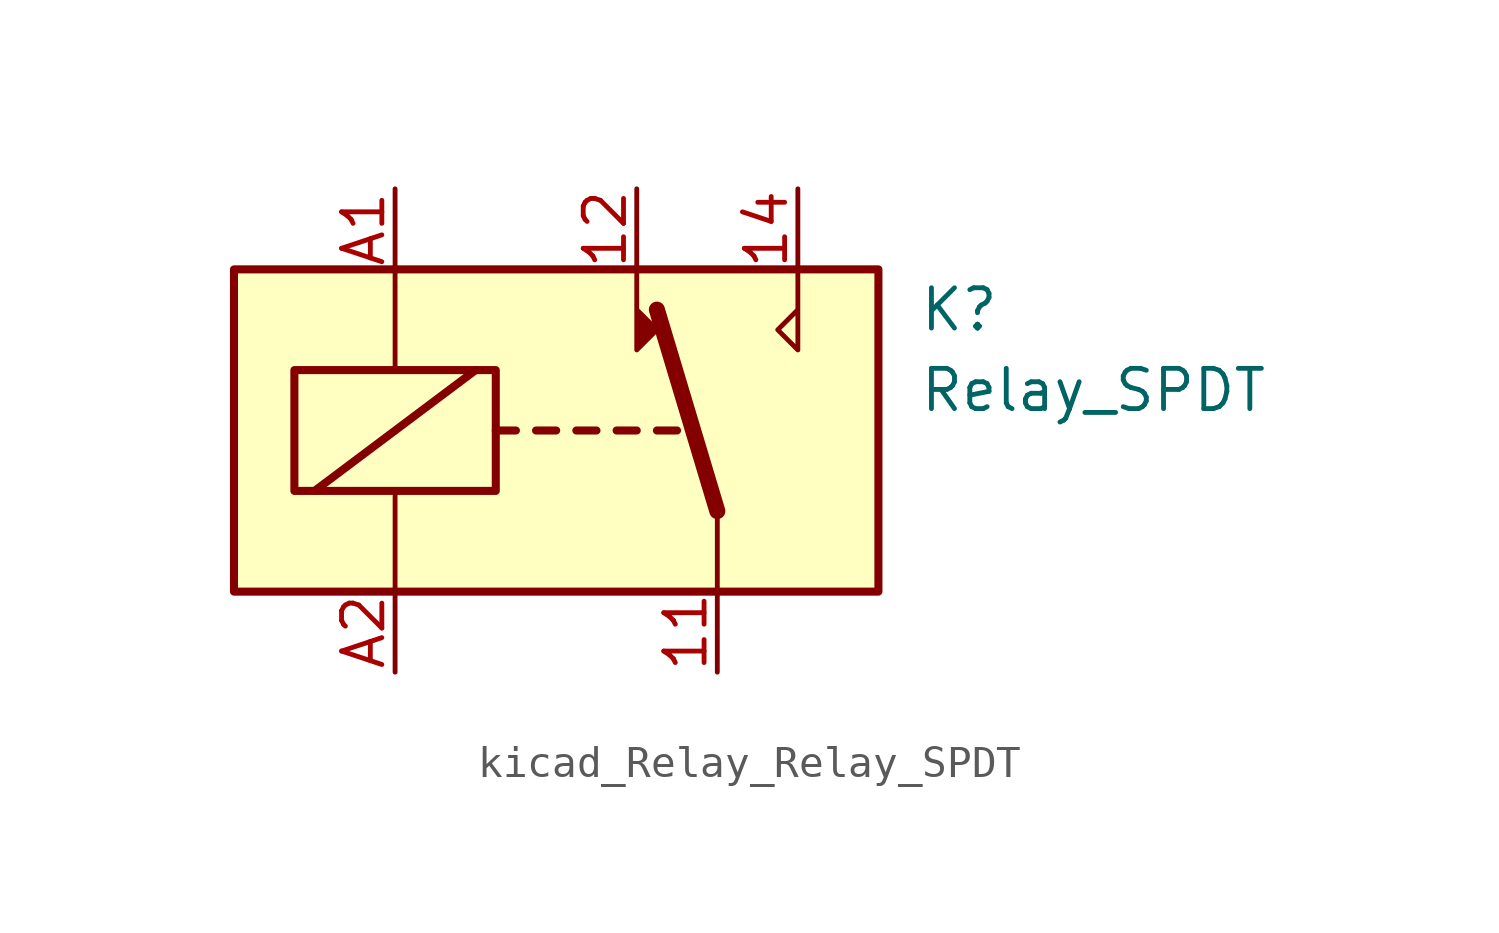
<source format=kicad_sym>
(kicad_symbol_lib
  (version 20220914)
  (generator kicad_symbol_editor)
  (symbol "kicad_Relay_Relay_SPDT"
    (property "Reference" "K"
      (at 11.43 3.81 0)
      (effects (font (size 1.27 1.27)) (justify left)))
    (property "Value" "Relay_SPDT"
      (at 11.43 1.27 0)
      (effects (font (size 1.27 1.27)) (justify left)))
    (symbol "kicad_Relay_Relay_SPDT_0_0"
      (polyline (pts (xy 7.62 5.08) (xy 7.62 2.54) (xy 6.985 3.175) (xy 7.62 3.81)) (stroke (width 0) (type default)) (fill (type none))))
    (symbol "kicad_Relay_Relay_SPDT_0_1"
      (rectangle (start -10.16 5.08) (end 10.16 -5.08) (stroke (width 0.254) (type default)) (fill (type background)))
      (rectangle (start -8.255 1.905) (end -1.905 -1.905) (stroke (width 0.254) (type default)) (fill (type none)))
      (polyline (pts (xy -7.62 -1.905) (xy -2.54 1.905)) (stroke (width 0.254) (type default)) (fill (type none)))
      (polyline (pts (xy -5.08 -5.08) (xy -5.08 -1.905)) (stroke (width 0) (type default)) (fill (type none)))
      (polyline (pts (xy -5.08 5.08) (xy -5.08 1.905)) (stroke (width 0) (type default)) (fill (type none)))
      (polyline (pts (xy -1.905 0) (xy -1.27 0)) (stroke (width 0.254) (type default)) (fill (type none)))
      (polyline (pts (xy -0.635 0) (xy 0 0)) (stroke (width 0.254) (type default)) (fill (type none)))
      (polyline (pts (xy 0.635 0) (xy 1.27 0)) (stroke (width 0.254) (type default)) (fill (type none)))
      (polyline (pts (xy 1.905 0) (xy 2.54 0)) (stroke (width 0.254) (type default)) (fill (type none)))
      (polyline (pts (xy 3.175 0) (xy 3.81 0)) (stroke (width 0.254) (type default)) (fill (type none)))
      (polyline (pts (xy 5.08 -2.54) (xy 3.175 3.81)) (stroke (width 0.508) (type default)) (fill (type none)))
      (polyline (pts (xy 5.08 -2.54) (xy 5.08 -5.08)) (stroke (width 0) (type default)) (fill (type none)))
      (polyline (pts (xy 2.54 5.08) (xy 2.54 2.54) (xy 3.175 3.175) (xy 2.54 3.81)) (stroke (width 0) (type default)) (fill (type outline))))
    (symbol "kicad_Relay_Relay_SPDT_1_1"
      (pin passive line (at 5.08 -7.62 90) (length 2.54) (name "~" (effects (font (size 1.27 1.27)))) (number "11" (effects (font (size 1.27 1.27)))))
      (pin passive line (at 2.54 7.62 270) (length 2.54) (name "~" (effects (font (size 1.27 1.27)))) (number "12" (effects (font (size 1.27 1.27)))))
      (pin passive line (at 7.62 7.62 270) (length 2.54) (name "~" (effects (font (size 1.27 1.27)))) (number "14" (effects (font (size 1.27 1.27)))))
      (pin passive line (at -5.08 7.62 270) (length 2.54) (name "~" (effects (font (size 1.27 1.27)))) (number "A1" (effects (font (size 1.27 1.27)))))
      (pin passive line (at -5.08 -7.62 90) (length 2.54) (name "~" (effects (font (size 1.27 1.27)))) (number "A2" (effects (font (size 1.27 1.27))))))))
</source>
